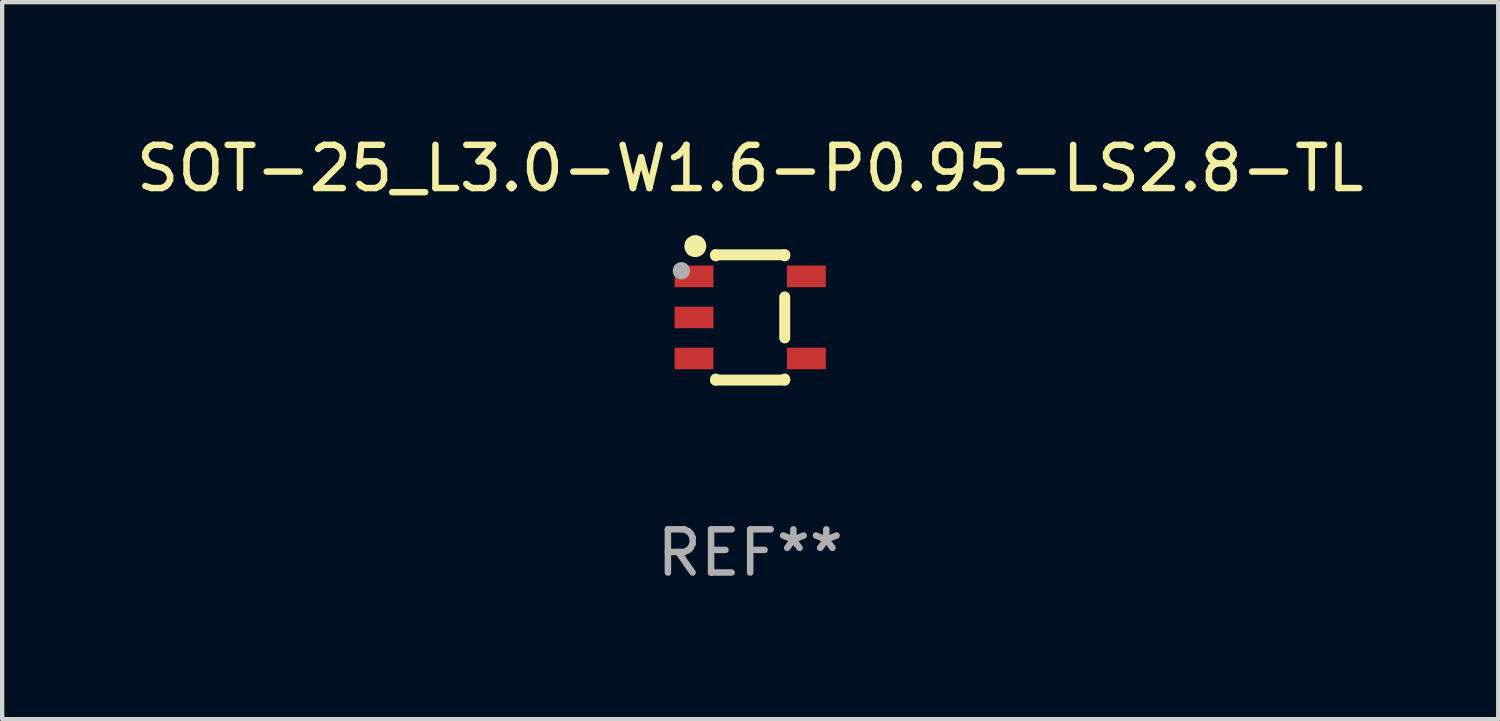
<source format=kicad_pcb>
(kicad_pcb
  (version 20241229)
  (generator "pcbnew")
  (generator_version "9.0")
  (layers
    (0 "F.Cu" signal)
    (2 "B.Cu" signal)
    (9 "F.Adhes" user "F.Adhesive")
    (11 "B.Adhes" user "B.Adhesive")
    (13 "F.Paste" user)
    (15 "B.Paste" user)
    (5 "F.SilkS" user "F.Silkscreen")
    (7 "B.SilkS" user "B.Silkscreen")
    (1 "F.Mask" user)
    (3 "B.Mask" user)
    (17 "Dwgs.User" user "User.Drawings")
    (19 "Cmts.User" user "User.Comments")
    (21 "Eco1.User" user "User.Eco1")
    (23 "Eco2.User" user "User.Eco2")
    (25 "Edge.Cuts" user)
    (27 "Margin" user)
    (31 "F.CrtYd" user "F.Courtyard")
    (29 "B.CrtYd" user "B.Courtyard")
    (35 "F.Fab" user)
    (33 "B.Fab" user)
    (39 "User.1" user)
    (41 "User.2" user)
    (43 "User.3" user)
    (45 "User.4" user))
  (footprint "SOT-25_L3.0-W1.6-P0.95-LS2.8-TL"
    (layer "F.Cu")
    (at 14.315 4.298)
    (property "Reference" "SOT-25_L3.0-W1.6-P0.95-LS2.8-TL" (at 0 -3.45 0) (layer "F.SilkS") (effects (font (size 1 1) (thickness 0.15))))
    (attr smd)
    (fp_line (start -0.8 -1.45) (end -0.8 -1.426) (stroke (width 0.254) (type solid)) (layer "F.SilkS"))
    (fp_line (start -0.8 -1.45) (end 0.8 -1.45) (stroke (width 0.254) (type solid)) (layer "F.SilkS"))
    (fp_line (start -0.8 1.426) (end -0.8 1.45) (stroke (width 0.254) (type solid)) (layer "F.SilkS"))
    (fp_line (start -0.8 1.45) (end 0.8 1.45) (stroke (width 0.254) (type solid)) (layer "F.SilkS"))
    (fp_line (start 0.8 -1.426) (end 0.8 -1.45) (stroke (width 0.254) (type solid)) (layer "F.SilkS"))
    (fp_line (start 0.8 0.474) (end 0.8 -0.474) (stroke (width 0.254) (type solid)) (layer "F.SilkS"))
    (fp_line (start 0.8 1.45) (end 0.8 1.426) (stroke (width 0.254) (type solid)) (layer "F.SilkS"))
    (fp_circle (center -1.4 -1.5) (end -1.37 -1.5) (stroke (width 0.06) (type solid)) (fill no) (layer "F.SilkS"))
    (fp_circle (center -1.27 -1.651) (end -1.143 -1.651) (stroke (width 0.254) (type solid)) (fill no) (layer "F.SilkS"))
    (fp_circle (center -1.593 -1.081) (end -1.493 -1.081) (stroke (width 0.2) (type solid)) (fill no) (layer "F.Fab"))
    (fp_text user "REF**" (at 0 5.45 0) (layer "F.Fab") (effects (font (size 1 1) (thickness 0.15))))
    (pad "1" smd rect (at -1.3 -0.95 270) (size 0.5 0.9) (layers "F.Cu" "F.Mask" "F.Paste"))
    (pad "2" smd rect (at -1.3 0 270) (size 0.5 0.9) (layers "F.Cu" "F.Mask" "F.Paste"))
    (pad "3" smd rect (at -1.3 0.95 270) (size 0.5 0.9) (layers "F.Cu" "F.Mask" "F.Paste"))
    (pad "4" smd rect (at 1.3 0.95 270) (size 0.5 0.9) (layers "F.Cu" "F.Mask" "F.Paste"))
    (pad "5" smd rect (at 1.3 -0.95 270) (size 0.5 0.9) (layers "F.Cu" "F.Mask" "F.Paste")))
  (gr_rect
    (start -3 -3)
    (end 31.631 13.597)
    (stroke (width 0.1) (type default))
    (fill no)
    (layer "Edge.Cuts")))
</source>
